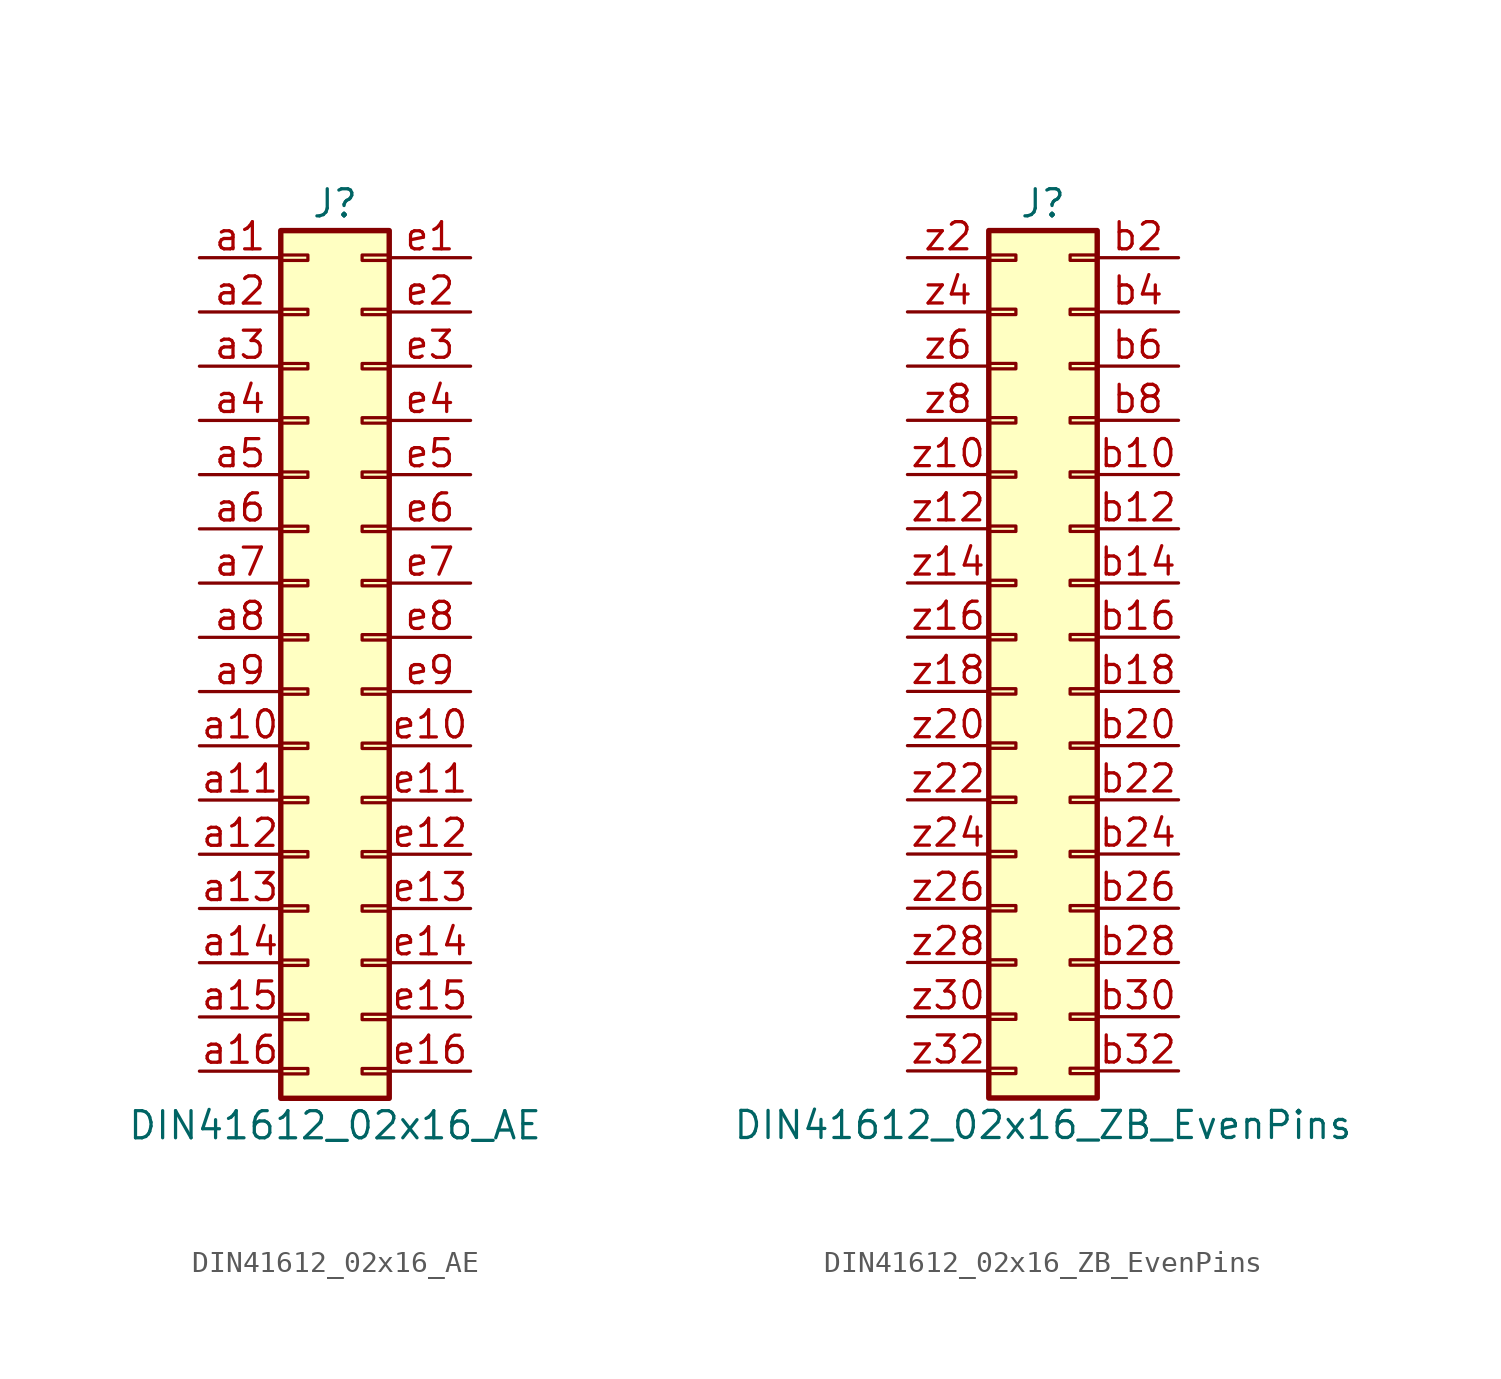
<source format=kicad_sym>
(kicad_symbol_lib
  (version 20241209)
  (generator "kicad_symbol_editor")
  (generator_version "9.0")
  (symbol "DIN41612_02x16_AE"
    (pin_names
      (offset 1.016)
      (hide yes))
    (property "Reference" "J"
      (at 1.27 20.32 0)
      (effects (font (size 1.27 1.27))))
    (property "Value" "DIN41612_02x16_AE"
      (at 1.27 -22.86 0)
      (effects (font (size 1.27 1.27))))
    (symbol "DIN41612_02x16_AE_1_1"
      (rectangle (start -1.27 19.05) (end 3.81 -21.59) (stroke (width 0.254) (type default)) (fill (type background)))
      (rectangle (start -1.27 17.907) (end 0 17.653) (stroke (width 0.152) (type default)) (fill (type none)))
      (rectangle (start -1.27 15.367) (end 0 15.113) (stroke (width 0.152) (type default)) (fill (type none)))
      (rectangle (start -1.27 12.827) (end 0 12.573) (stroke (width 0.152) (type default)) (fill (type none)))
      (rectangle (start -1.27 10.287) (end 0 10.033) (stroke (width 0.152) (type default)) (fill (type none)))
      (rectangle (start -1.27 7.747) (end 0 7.493) (stroke (width 0.152) (type default)) (fill (type none)))
      (rectangle (start -1.27 5.207) (end 0 4.953) (stroke (width 0.152) (type default)) (fill (type none)))
      (rectangle (start -1.27 2.667) (end 0 2.413) (stroke (width 0.152) (type default)) (fill (type none)))
      (rectangle (start -1.27 0.127) (end 0 -0.127) (stroke (width 0.152) (type default)) (fill (type none)))
      (rectangle (start -1.27 -2.413) (end 0 -2.667) (stroke (width 0.152) (type default)) (fill (type none)))
      (rectangle (start -1.27 -4.953) (end 0 -5.207) (stroke (width 0.152) (type default)) (fill (type none)))
      (rectangle (start -1.27 -7.493) (end 0 -7.747) (stroke (width 0.152) (type default)) (fill (type none)))
      (rectangle (start -1.27 -10.033) (end 0 -10.287) (stroke (width 0.152) (type default)) (fill (type none)))
      (rectangle (start -1.27 -12.573) (end 0 -12.827) (stroke (width 0.152) (type default)) (fill (type none)))
      (rectangle (start -1.27 -15.113) (end 0 -15.367) (stroke (width 0.152) (type default)) (fill (type none)))
      (rectangle (start -1.27 -17.653) (end 0 -17.907) (stroke (width 0.152) (type default)) (fill (type none)))
      (rectangle (start -1.27 -20.193) (end 0 -20.447) (stroke (width 0.152) (type default)) (fill (type none)))
      (rectangle (start 3.81 17.907) (end 2.54 17.653) (stroke (width 0.152) (type default)) (fill (type none)))
      (rectangle (start 3.81 15.367) (end 2.54 15.113) (stroke (width 0.152) (type default)) (fill (type none)))
      (rectangle (start 3.81 12.827) (end 2.54 12.573) (stroke (width 0.152) (type default)) (fill (type none)))
      (rectangle (start 3.81 10.287) (end 2.54 10.033) (stroke (width 0.152) (type default)) (fill (type none)))
      (rectangle (start 3.81 7.747) (end 2.54 7.493) (stroke (width 0.152) (type default)) (fill (type none)))
      (rectangle (start 3.81 5.207) (end 2.54 4.953) (stroke (width 0.152) (type default)) (fill (type none)))
      (rectangle (start 3.81 2.667) (end 2.54 2.413) (stroke (width 0.152) (type default)) (fill (type none)))
      (rectangle (start 3.81 0.127) (end 2.54 -0.127) (stroke (width 0.152) (type default)) (fill (type none)))
      (rectangle (start 3.81 -2.413) (end 2.54 -2.667) (stroke (width 0.152) (type default)) (fill (type none)))
      (rectangle (start 3.81 -4.953) (end 2.54 -5.207) (stroke (width 0.152) (type default)) (fill (type none)))
      (rectangle (start 3.81 -7.493) (end 2.54 -7.747) (stroke (width 0.152) (type default)) (fill (type none)))
      (rectangle (start 3.81 -10.033) (end 2.54 -10.287) (stroke (width 0.152) (type default)) (fill (type none)))
      (rectangle (start 3.81 -12.573) (end 2.54 -12.827) (stroke (width 0.152) (type default)) (fill (type none)))
      (rectangle (start 3.81 -15.113) (end 2.54 -15.367) (stroke (width 0.152) (type default)) (fill (type none)))
      (rectangle (start 3.81 -17.653) (end 2.54 -17.907) (stroke (width 0.152) (type default)) (fill (type none)))
      (rectangle (start 3.81 -20.193) (end 2.54 -20.447) (stroke (width 0.152) (type default)) (fill (type none)))
      (pin passive line (at -5.08 17.78 0) (length 3.81) (name "Pin_a1" (effects (font (size 1.27 1.27)))) (number "a1" (effects (font (size 1.27 1.27)))))
      (pin passive line (at -5.08 15.24 0) (length 3.81) (name "Pin_a2" (effects (font (size 1.27 1.27)))) (number "a2" (effects (font (size 1.27 1.27)))))
      (pin passive line (at -5.08 12.7 0) (length 3.81) (name "Pin_a3" (effects (font (size 1.27 1.27)))) (number "a3" (effects (font (size 1.27 1.27)))))
      (pin passive line (at -5.08 10.16 0) (length 3.81) (name "Pin_a4" (effects (font (size 1.27 1.27)))) (number "a4" (effects (font (size 1.27 1.27)))))
      (pin passive line (at -5.08 7.62 0) (length 3.81) (name "Pin_a5" (effects (font (size 1.27 1.27)))) (number "a5" (effects (font (size 1.27 1.27)))))
      (pin passive line (at -5.08 5.08 0) (length 3.81) (name "Pin_a6" (effects (font (size 1.27 1.27)))) (number "a6" (effects (font (size 1.27 1.27)))))
      (pin passive line (at -5.08 2.54 0) (length 3.81) (name "Pin_a7" (effects (font (size 1.27 1.27)))) (number "a7" (effects (font (size 1.27 1.27)))))
      (pin passive line (at -5.08 0 0) (length 3.81) (name "Pin_a8" (effects (font (size 1.27 1.27)))) (number "a8" (effects (font (size 1.27 1.27)))))
      (pin passive line (at -5.08 -2.54 0) (length 3.81) (name "Pin_a9" (effects (font (size 1.27 1.27)))) (number "a9" (effects (font (size 1.27 1.27)))))
      (pin passive line (at -5.08 -5.08 0) (length 3.81) (name "Pin_a10" (effects (font (size 1.27 1.27)))) (number "a10" (effects (font (size 1.27 1.27)))))
      (pin passive line (at -5.08 -7.62 0) (length 3.81) (name "Pin_a11" (effects (font (size 1.27 1.27)))) (number "a11" (effects (font (size 1.27 1.27)))))
      (pin passive line (at -5.08 -10.16 0) (length 3.81) (name "Pin_a12" (effects (font (size 1.27 1.27)))) (number "a12" (effects (font (size 1.27 1.27)))))
      (pin passive line (at -5.08 -12.7 0) (length 3.81) (name "Pin_a13" (effects (font (size 1.27 1.27)))) (number "a13" (effects (font (size 1.27 1.27)))))
      (pin passive line (at -5.08 -15.24 0) (length 3.81) (name "Pin_a14" (effects (font (size 1.27 1.27)))) (number "a14" (effects (font (size 1.27 1.27)))))
      (pin passive line (at -5.08 -17.78 0) (length 3.81) (name "Pin_a15" (effects (font (size 1.27 1.27)))) (number "a15" (effects (font (size 1.27 1.27)))))
      (pin passive line (at -5.08 -20.32 0) (length 3.81) (name "Pin_a16" (effects (font (size 1.27 1.27)))) (number "a16" (effects (font (size 1.27 1.27)))))
      (pin passive line (at 7.62 17.78 180) (length 3.81) (name "Pin_e1" (effects (font (size 1.27 1.27)))) (number "e1" (effects (font (size 1.27 1.27)))))
      (pin passive line (at 7.62 15.24 180) (length 3.81) (name "Pin_e2" (effects (font (size 1.27 1.27)))) (number "e2" (effects (font (size 1.27 1.27)))))
      (pin passive line (at 7.62 12.7 180) (length 3.81) (name "Pin_e3" (effects (font (size 1.27 1.27)))) (number "e3" (effects (font (size 1.27 1.27)))))
      (pin passive line (at 7.62 10.16 180) (length 3.81) (name "Pin_e4" (effects (font (size 1.27 1.27)))) (number "e4" (effects (font (size 1.27 1.27)))))
      (pin passive line (at 7.62 7.62 180) (length 3.81) (name "Pin_e5" (effects (font (size 1.27 1.27)))) (number "e5" (effects (font (size 1.27 1.27)))))
      (pin passive line (at 7.62 5.08 180) (length 3.81) (name "Pin_e6" (effects (font (size 1.27 1.27)))) (number "e6" (effects (font (size 1.27 1.27)))))
      (pin passive line (at 7.62 2.54 180) (length 3.81) (name "Pin_e7" (effects (font (size 1.27 1.27)))) (number "e7" (effects (font (size 1.27 1.27)))))
      (pin passive line (at 7.62 0 180) (length 3.81) (name "Pin_e8" (effects (font (size 1.27 1.27)))) (number "e8" (effects (font (size 1.27 1.27)))))
      (pin passive line (at 7.62 -2.54 180) (length 3.81) (name "Pin_e9" (effects (font (size 1.27 1.27)))) (number "e9" (effects (font (size 1.27 1.27)))))
      (pin passive line (at 7.62 -5.08 180) (length 3.81) (name "Pin_e10" (effects (font (size 1.27 1.27)))) (number "e10" (effects (font (size 1.27 1.27)))))
      (pin passive line (at 7.62 -7.62 180) (length 3.81) (name "Pin_e11" (effects (font (size 1.27 1.27)))) (number "e11" (effects (font (size 1.27 1.27)))))
      (pin passive line (at 7.62 -10.16 180) (length 3.81) (name "Pin_e12" (effects (font (size 1.27 1.27)))) (number "e12" (effects (font (size 1.27 1.27)))))
      (pin passive line (at 7.62 -12.7 180) (length 3.81) (name "Pin_e13" (effects (font (size 1.27 1.27)))) (number "e13" (effects (font (size 1.27 1.27)))))
      (pin passive line (at 7.62 -15.24 180) (length 3.81) (name "Pin_e14" (effects (font (size 1.27 1.27)))) (number "e14" (effects (font (size 1.27 1.27)))))
      (pin passive line (at 7.62 -17.78 180) (length 3.81) (name "Pin_e15" (effects (font (size 1.27 1.27)))) (number "e15" (effects (font (size 1.27 1.27)))))
      (pin passive line (at 7.62 -20.32 180) (length 3.81) (name "Pin_e16" (effects (font (size 1.27 1.27)))) (number "e16" (effects (font (size 1.27 1.27)))))))
  (symbol "DIN41612_02x16_ZB_EvenPins"
    (pin_names
      (offset 1.016)
      (hide yes))
    (property "Reference" "J"
      (at 1.27 20.32 0)
      (effects (font (size 1.27 1.27))))
    (property "Value" "DIN41612_02x16_ZB_EvenPins"
      (at 1.27 -22.86 0)
      (effects (font (size 1.27 1.27))))
    (symbol "DIN41612_02x16_ZB_EvenPins_1_1"
      (rectangle (start -1.27 19.05) (end 3.81 -21.59) (stroke (width 0.254) (type default)) (fill (type background)))
      (rectangle (start -1.27 17.907) (end 0 17.653) (stroke (width 0.152) (type default)) (fill (type none)))
      (rectangle (start -1.27 15.367) (end 0 15.113) (stroke (width 0.152) (type default)) (fill (type none)))
      (rectangle (start -1.27 12.827) (end 0 12.573) (stroke (width 0.152) (type default)) (fill (type none)))
      (rectangle (start -1.27 10.287) (end 0 10.033) (stroke (width 0.152) (type default)) (fill (type none)))
      (rectangle (start -1.27 7.747) (end 0 7.493) (stroke (width 0.152) (type default)) (fill (type none)))
      (rectangle (start -1.27 5.207) (end 0 4.953) (stroke (width 0.152) (type default)) (fill (type none)))
      (rectangle (start -1.27 2.667) (end 0 2.413) (stroke (width 0.152) (type default)) (fill (type none)))
      (rectangle (start -1.27 0.127) (end 0 -0.127) (stroke (width 0.152) (type default)) (fill (type none)))
      (rectangle (start -1.27 -2.413) (end 0 -2.667) (stroke (width 0.152) (type default)) (fill (type none)))
      (rectangle (start -1.27 -4.953) (end 0 -5.207) (stroke (width 0.152) (type default)) (fill (type none)))
      (rectangle (start -1.27 -7.493) (end 0 -7.747) (stroke (width 0.152) (type default)) (fill (type none)))
      (rectangle (start -1.27 -10.033) (end 0 -10.287) (stroke (width 0.152) (type default)) (fill (type none)))
      (rectangle (start -1.27 -12.573) (end 0 -12.827) (stroke (width 0.152) (type default)) (fill (type none)))
      (rectangle (start -1.27 -15.113) (end 0 -15.367) (stroke (width 0.152) (type default)) (fill (type none)))
      (rectangle (start -1.27 -17.653) (end 0 -17.907) (stroke (width 0.152) (type default)) (fill (type none)))
      (rectangle (start -1.27 -20.193) (end 0 -20.447) (stroke (width 0.152) (type default)) (fill (type none)))
      (rectangle (start 3.81 17.907) (end 2.54 17.653) (stroke (width 0.152) (type default)) (fill (type none)))
      (rectangle (start 3.81 15.367) (end 2.54 15.113) (stroke (width 0.152) (type default)) (fill (type none)))
      (rectangle (start 3.81 12.827) (end 2.54 12.573) (stroke (width 0.152) (type default)) (fill (type none)))
      (rectangle (start 3.81 10.287) (end 2.54 10.033) (stroke (width 0.152) (type default)) (fill (type none)))
      (rectangle (start 3.81 7.747) (end 2.54 7.493) (stroke (width 0.152) (type default)) (fill (type none)))
      (rectangle (start 3.81 5.207) (end 2.54 4.953) (stroke (width 0.152) (type default)) (fill (type none)))
      (rectangle (start 3.81 2.667) (end 2.54 2.413) (stroke (width 0.152) (type default)) (fill (type none)))
      (rectangle (start 3.81 0.127) (end 2.54 -0.127) (stroke (width 0.152) (type default)) (fill (type none)))
      (rectangle (start 3.81 -2.413) (end 2.54 -2.667) (stroke (width 0.152) (type default)) (fill (type none)))
      (rectangle (start 3.81 -4.953) (end 2.54 -5.207) (stroke (width 0.152) (type default)) (fill (type none)))
      (rectangle (start 3.81 -7.493) (end 2.54 -7.747) (stroke (width 0.152) (type default)) (fill (type none)))
      (rectangle (start 3.81 -10.033) (end 2.54 -10.287) (stroke (width 0.152) (type default)) (fill (type none)))
      (rectangle (start 3.81 -12.573) (end 2.54 -12.827) (stroke (width 0.152) (type default)) (fill (type none)))
      (rectangle (start 3.81 -15.113) (end 2.54 -15.367) (stroke (width 0.152) (type default)) (fill (type none)))
      (rectangle (start 3.81 -17.653) (end 2.54 -17.907) (stroke (width 0.152) (type default)) (fill (type none)))
      (rectangle (start 3.81 -20.193) (end 2.54 -20.447) (stroke (width 0.152) (type default)) (fill (type none)))
      (pin passive line (at -5.08 17.78 0) (length 3.81) (name "Pin_z2" (effects (font (size 1.27 1.27)))) (number "z2" (effects (font (size 1.27 1.27)))))
      (pin passive line (at -5.08 15.24 0) (length 3.81) (name "Pin_z4" (effects (font (size 1.27 1.27)))) (number "z4" (effects (font (size 1.27 1.27)))))
      (pin passive line (at -5.08 12.7 0) (length 3.81) (name "Pin_z6" (effects (font (size 1.27 1.27)))) (number "z6" (effects (font (size 1.27 1.27)))))
      (pin passive line (at -5.08 10.16 0) (length 3.81) (name "Pin_z8" (effects (font (size 1.27 1.27)))) (number "z8" (effects (font (size 1.27 1.27)))))
      (pin passive line (at -5.08 7.62 0) (length 3.81) (name "Pin_z10" (effects (font (size 1.27 1.27)))) (number "z10" (effects (font (size 1.27 1.27)))))
      (pin passive line (at -5.08 5.08 0) (length 3.81) (name "Pin_z12" (effects (font (size 1.27 1.27)))) (number "z12" (effects (font (size 1.27 1.27)))))
      (pin passive line (at -5.08 2.54 0) (length 3.81) (name "Pin_z14" (effects (font (size 1.27 1.27)))) (number "z14" (effects (font (size 1.27 1.27)))))
      (pin passive line (at -5.08 0 0) (length 3.81) (name "Pin_z16" (effects (font (size 1.27 1.27)))) (number "z16" (effects (font (size 1.27 1.27)))))
      (pin passive line (at -5.08 -2.54 0) (length 3.81) (name "Pin_z18" (effects (font (size 1.27 1.27)))) (number "z18" (effects (font (size 1.27 1.27)))))
      (pin passive line (at -5.08 -5.08 0) (length 3.81) (name "Pin_z20" (effects (font (size 1.27 1.27)))) (number "z20" (effects (font (size 1.27 1.27)))))
      (pin passive line (at -5.08 -7.62 0) (length 3.81) (name "Pin_z22" (effects (font (size 1.27 1.27)))) (number "z22" (effects (font (size 1.27 1.27)))))
      (pin passive line (at -5.08 -10.16 0) (length 3.81) (name "Pin_z24" (effects (font (size 1.27 1.27)))) (number "z24" (effects (font (size 1.27 1.27)))))
      (pin passive line (at -5.08 -12.7 0) (length 3.81) (name "Pin_z26" (effects (font (size 1.27 1.27)))) (number "z26" (effects (font (size 1.27 1.27)))))
      (pin passive line (at -5.08 -15.24 0) (length 3.81) (name "Pin_z28" (effects (font (size 1.27 1.27)))) (number "z28" (effects (font (size 1.27 1.27)))))
      (pin passive line (at -5.08 -17.78 0) (length 3.81) (name "Pin_z30" (effects (font (size 1.27 1.27)))) (number "z30" (effects (font (size 1.27 1.27)))))
      (pin passive line (at -5.08 -20.32 0) (length 3.81) (name "Pin_z32" (effects (font (size 1.27 1.27)))) (number "z32" (effects (font (size 1.27 1.27)))))
      (pin passive line (at 7.62 17.78 180) (length 3.81) (name "Pin_b2" (effects (font (size 1.27 1.27)))) (number "b2" (effects (font (size 1.27 1.27)))))
      (pin passive line (at 7.62 15.24 180) (length 3.81) (name "Pin_b4" (effects (font (size 1.27 1.27)))) (number "b4" (effects (font (size 1.27 1.27)))))
      (pin passive line (at 7.62 12.7 180) (length 3.81) (name "Pin_b6" (effects (font (size 1.27 1.27)))) (number "b6" (effects (font (size 1.27 1.27)))))
      (pin passive line (at 7.62 10.16 180) (length 3.81) (name "Pin_b8" (effects (font (size 1.27 1.27)))) (number "b8" (effects (font (size 1.27 1.27)))))
      (pin passive line (at 7.62 7.62 180) (length 3.81) (name "Pin_b10" (effects (font (size 1.27 1.27)))) (number "b10" (effects (font (size 1.27 1.27)))))
      (pin passive line (at 7.62 5.08 180) (length 3.81) (name "Pin_b12" (effects (font (size 1.27 1.27)))) (number "b12" (effects (font (size 1.27 1.27)))))
      (pin passive line (at 7.62 2.54 180) (length 3.81) (name "Pin_b14" (effects (font (size 1.27 1.27)))) (number "b14" (effects (font (size 1.27 1.27)))))
      (pin passive line (at 7.62 0 180) (length 3.81) (name "Pin_b16" (effects (font (size 1.27 1.27)))) (number "b16" (effects (font (size 1.27 1.27)))))
      (pin passive line (at 7.62 -2.54 180) (length 3.81) (name "Pin_b18" (effects (font (size 1.27 1.27)))) (number "b18" (effects (font (size 1.27 1.27)))))
      (pin passive line (at 7.62 -5.08 180) (length 3.81) (name "Pin_b20" (effects (font (size 1.27 1.27)))) (number "b20" (effects (font (size 1.27 1.27)))))
      (pin passive line (at 7.62 -7.62 180) (length 3.81) (name "Pin_b22" (effects (font (size 1.27 1.27)))) (number "b22" (effects (font (size 1.27 1.27)))))
      (pin passive line (at 7.62 -10.16 180) (length 3.81) (name "Pin_b24" (effects (font (size 1.27 1.27)))) (number "b24" (effects (font (size 1.27 1.27)))))
      (pin passive line (at 7.62 -12.7 180) (length 3.81) (name "Pin_b26" (effects (font (size 1.27 1.27)))) (number "b26" (effects (font (size 1.27 1.27)))))
      (pin passive line (at 7.62 -15.24 180) (length 3.81) (name "Pin_b28" (effects (font (size 1.27 1.27)))) (number "b28" (effects (font (size 1.27 1.27)))))
      (pin passive line (at 7.62 -17.78 180) (length 3.81) (name "Pin_b30" (effects (font (size 1.27 1.27)))) (number "b30" (effects (font (size 1.27 1.27)))))
      (pin passive line (at 7.62 -20.32 180) (length 3.81) (name "Pin_b32" (effects (font (size 1.27 1.27)))) (number "b32" (effects (font (size 1.27 1.27))))))))
</source>
